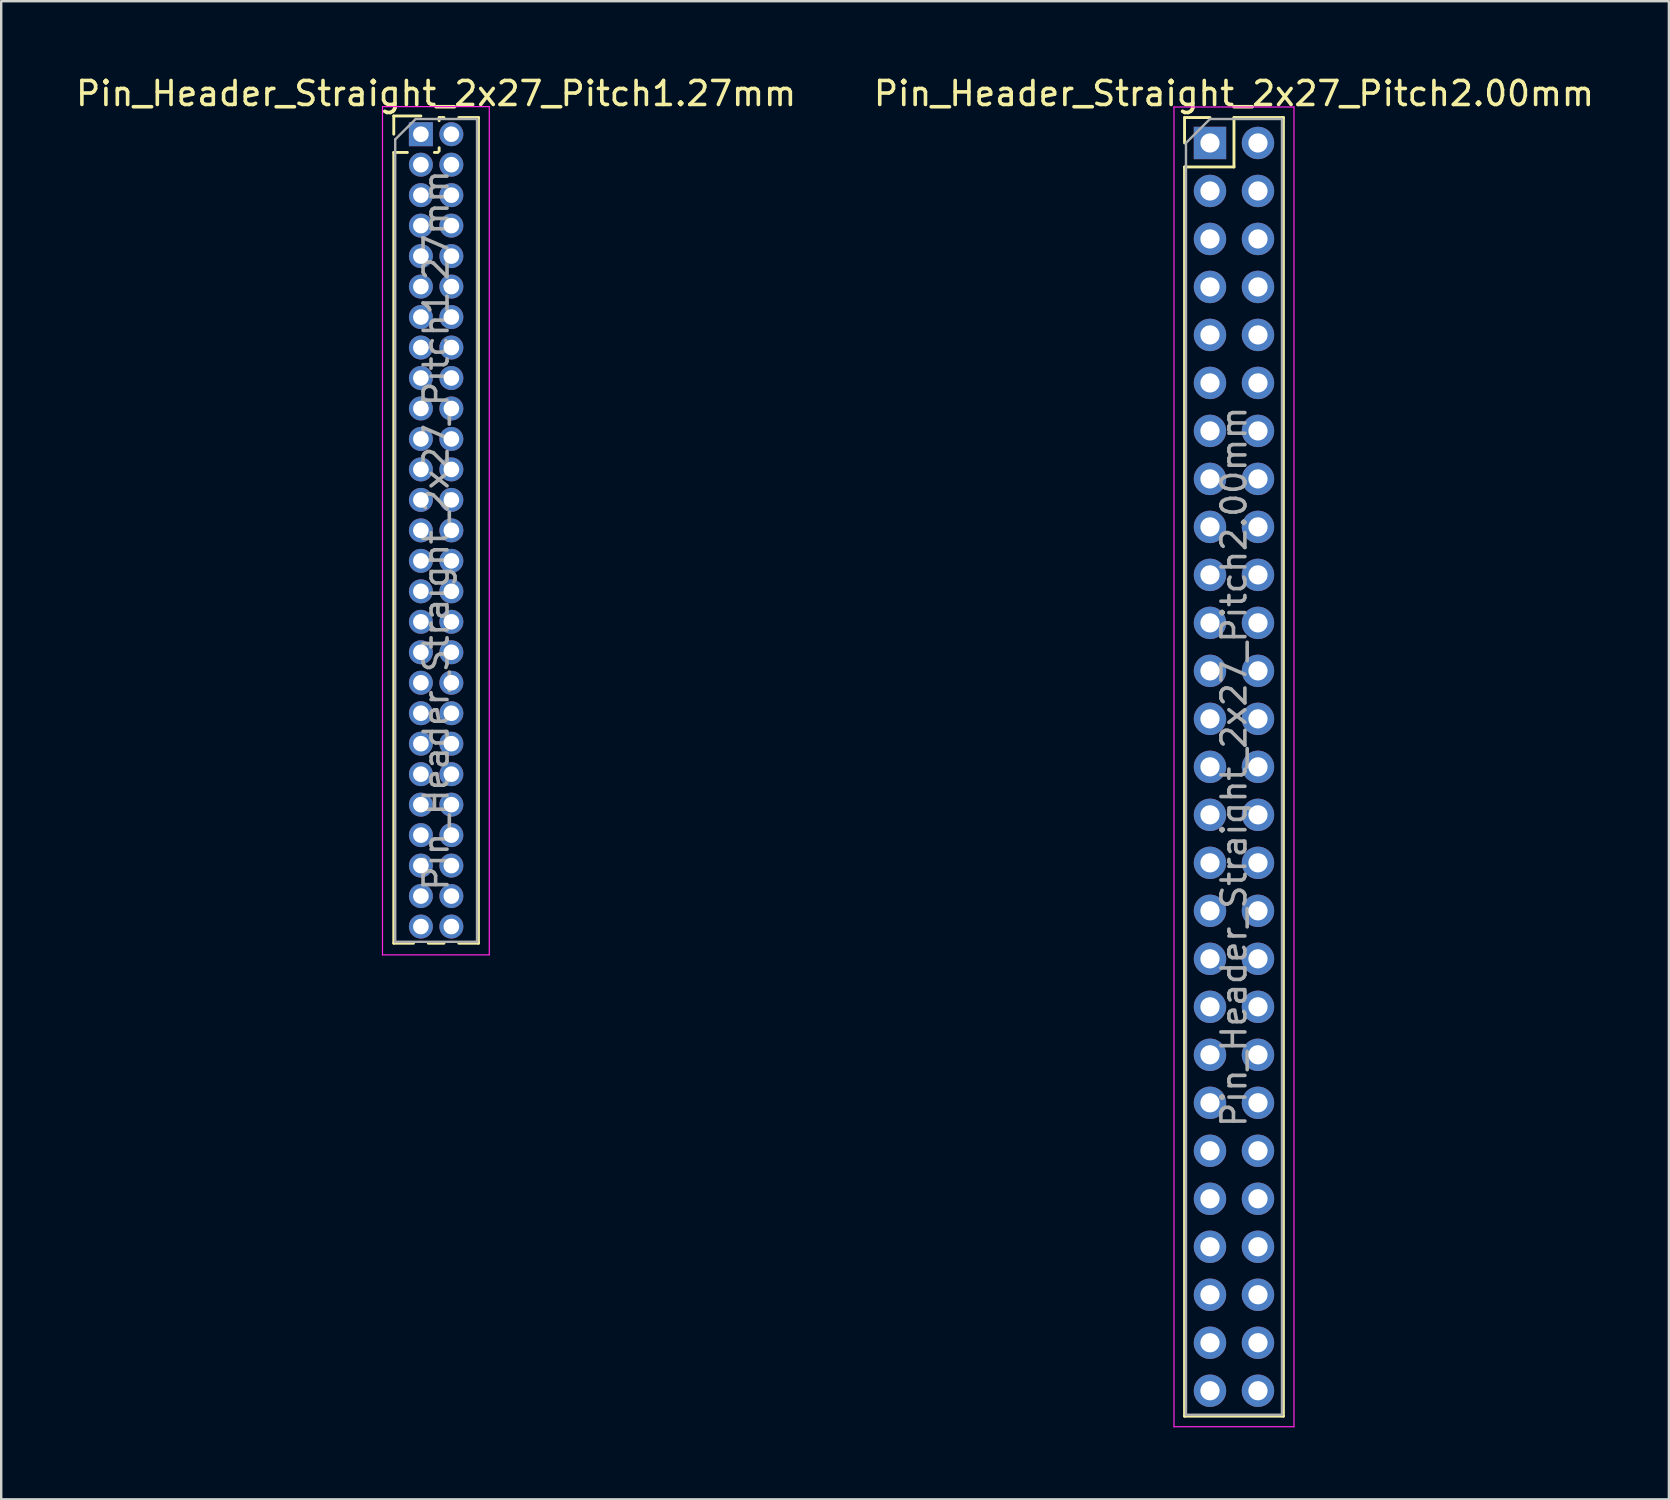
<source format=kicad_pcb>
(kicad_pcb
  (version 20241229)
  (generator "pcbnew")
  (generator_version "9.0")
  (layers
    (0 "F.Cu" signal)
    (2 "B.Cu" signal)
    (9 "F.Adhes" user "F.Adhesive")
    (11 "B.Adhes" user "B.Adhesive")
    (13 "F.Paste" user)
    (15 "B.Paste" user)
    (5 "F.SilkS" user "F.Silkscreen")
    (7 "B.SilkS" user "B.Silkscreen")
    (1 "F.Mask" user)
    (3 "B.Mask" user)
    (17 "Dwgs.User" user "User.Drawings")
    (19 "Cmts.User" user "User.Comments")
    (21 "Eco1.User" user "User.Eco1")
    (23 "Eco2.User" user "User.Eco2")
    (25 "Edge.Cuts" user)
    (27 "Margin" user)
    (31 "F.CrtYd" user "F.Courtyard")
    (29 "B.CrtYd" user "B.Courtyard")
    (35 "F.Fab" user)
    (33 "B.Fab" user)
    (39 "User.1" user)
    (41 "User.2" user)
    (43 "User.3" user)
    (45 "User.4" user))
  (footprint "Pin_Header_Straight_2x27_Pitch1.27mm"
    (layer "F.Cu")
    (at 14.49 2.543)
    (property "Reference" "Pin_Header_Straight_2x27_Pitch1.27mm" (at 0.635 -1.695 0) (layer "F.SilkS") (effects (font (size 1 1) (thickness 0.15))))
    (attr through_hole)
    (fp_line (start -1.13 -0.76) (end 0 -0.76) (stroke (width 0.12) (type solid)) (layer "F.SilkS"))
    (fp_line (start -1.13 0) (end -1.13 -0.76) (stroke (width 0.12) (type solid)) (layer "F.SilkS"))
    (fp_line (start -1.13 0.76) (end -1.13 33.715) (stroke (width 0.12) (type solid)) (layer "F.SilkS"))
    (fp_line (start -1.13 0.76) (end -0.563 0.76) (stroke (width 0.12) (type solid)) (layer "F.SilkS"))
    (fp_line (start -1.13 33.715) (end -0.308 33.715) (stroke (width 0.12) (type solid)) (layer "F.SilkS"))
    (fp_line (start 0.308 33.715) (end 0.962 33.715) (stroke (width 0.12) (type solid)) (layer "F.SilkS"))
    (fp_line (start 0.563 0.76) (end 0.707 0.76) (stroke (width 0.12) (type solid)) (layer "F.SilkS"))
    (fp_line (start 0.76 -0.695) (end 0.962 -0.695) (stroke (width 0.12) (type solid)) (layer "F.SilkS"))
    (fp_line (start 0.76 -0.563) (end 0.76 -0.695) (stroke (width 0.12) (type solid)) (layer "F.SilkS"))
    (fp_line (start 0.76 0.707) (end 0.76 0.563) (stroke (width 0.12) (type solid)) (layer "F.SilkS"))
    (fp_line (start 1.578 -0.695) (end 2.4 -0.695) (stroke (width 0.12) (type solid)) (layer "F.SilkS"))
    (fp_line (start 1.578 33.715) (end 2.4 33.715) (stroke (width 0.12) (type solid)) (layer "F.SilkS"))
    (fp_line (start 2.4 -0.695) (end 2.4 33.715) (stroke (width 0.12) (type solid)) (layer "F.SilkS"))
    (fp_line (start -1.6 -1.15) (end -1.6 34.2) (stroke (width 0.05) (type solid)) (layer "F.CrtYd"))
    (fp_line (start -1.6 34.2) (end 2.85 34.2) (stroke (width 0.05) (type solid)) (layer "F.CrtYd"))
    (fp_line (start 2.85 -1.15) (end -1.6 -1.15) (stroke (width 0.05) (type solid)) (layer "F.CrtYd"))
    (fp_line (start 2.85 34.2) (end 2.85 -1.15) (stroke (width 0.05) (type solid)) (layer "F.CrtYd"))
    (fp_line (start -1.07 0.217) (end -0.217 -0.635) (stroke (width 0.1) (type solid)) (layer "F.Fab"))
    (fp_line (start -1.07 33.655) (end -1.07 0.217) (stroke (width 0.1) (type solid)) (layer "F.Fab"))
    (fp_line (start -0.217 -0.635) (end 2.34 -0.635) (stroke (width 0.1) (type solid)) (layer "F.Fab"))
    (fp_line (start 2.34 -0.635) (end 2.34 33.655) (stroke (width 0.1) (type solid)) (layer "F.Fab"))
    (fp_line (start 2.34 33.655) (end -1.07 33.655) (stroke (width 0.1) (type solid)) (layer "F.Fab"))
    (fp_text user "${REFERENCE}" (at 0.635 16.51 90) (layer "F.Fab") (effects (font (size 1 1) (thickness 0.15))))
    (pad "1" thru_hole rect (at 0 0) (size 1 1) (drill 0.65) (layers "*.Cu" "*.Mask"))
    (pad "2" thru_hole oval (at 1.27 0) (size 1 1) (drill 0.65) (layers "*.Cu" "*.Mask"))
    (pad "3" thru_hole oval (at 0 1.27) (size 1 1) (drill 0.65) (layers "*.Cu" "*.Mask"))
    (pad "4" thru_hole oval (at 1.27 1.27) (size 1 1) (drill 0.65) (layers "*.Cu" "*.Mask"))
    (pad "5" thru_hole oval (at 0 2.54) (size 1 1) (drill 0.65) (layers "*.Cu" "*.Mask"))
    (pad "6" thru_hole oval (at 1.27 2.54) (size 1 1) (drill 0.65) (layers "*.Cu" "*.Mask"))
    (pad "7" thru_hole oval (at 0 3.81) (size 1 1) (drill 0.65) (layers "*.Cu" "*.Mask"))
    (pad "8" thru_hole oval (at 1.27 3.81) (size 1 1) (drill 0.65) (layers "*.Cu" "*.Mask"))
    (pad "9" thru_hole oval (at 0 5.08) (size 1 1) (drill 0.65) (layers "*.Cu" "*.Mask"))
    (pad "10" thru_hole oval (at 1.27 5.08) (size 1 1) (drill 0.65) (layers "*.Cu" "*.Mask"))
    (pad "11" thru_hole oval (at 0 6.35) (size 1 1) (drill 0.65) (layers "*.Cu" "*.Mask"))
    (pad "12" thru_hole oval (at 1.27 6.35) (size 1 1) (drill 0.65) (layers "*.Cu" "*.Mask"))
    (pad "13" thru_hole oval (at 0 7.62) (size 1 1) (drill 0.65) (layers "*.Cu" "*.Mask"))
    (pad "14" thru_hole oval (at 1.27 7.62) (size 1 1) (drill 0.65) (layers "*.Cu" "*.Mask"))
    (pad "15" thru_hole oval (at 0 8.89) (size 1 1) (drill 0.65) (layers "*.Cu" "*.Mask"))
    (pad "16" thru_hole oval (at 1.27 8.89) (size 1 1) (drill 0.65) (layers "*.Cu" "*.Mask"))
    (pad "17" thru_hole oval (at 0 10.16) (size 1 1) (drill 0.65) (layers "*.Cu" "*.Mask"))
    (pad "18" thru_hole oval (at 1.27 10.16) (size 1 1) (drill 0.65) (layers "*.Cu" "*.Mask"))
    (pad "19" thru_hole oval (at 0 11.43) (size 1 1) (drill 0.65) (layers "*.Cu" "*.Mask"))
    (pad "20" thru_hole oval (at 1.27 11.43) (size 1 1) (drill 0.65) (layers "*.Cu" "*.Mask"))
    (pad "21" thru_hole oval (at 0 12.7) (size 1 1) (drill 0.65) (layers "*.Cu" "*.Mask"))
    (pad "22" thru_hole oval (at 1.27 12.7) (size 1 1) (drill 0.65) (layers "*.Cu" "*.Mask"))
    (pad "23" thru_hole oval (at 0 13.97) (size 1 1) (drill 0.65) (layers "*.Cu" "*.Mask"))
    (pad "24" thru_hole oval (at 1.27 13.97) (size 1 1) (drill 0.65) (layers "*.Cu" "*.Mask"))
    (pad "25" thru_hole oval (at 0 15.24) (size 1 1) (drill 0.65) (layers "*.Cu" "*.Mask"))
    (pad "26" thru_hole oval (at 1.27 15.24) (size 1 1) (drill 0.65) (layers "*.Cu" "*.Mask"))
    (pad "27" thru_hole oval (at 0 16.51) (size 1 1) (drill 0.65) (layers "*.Cu" "*.Mask"))
    (pad "28" thru_hole oval (at 1.27 16.51) (size 1 1) (drill 0.65) (layers "*.Cu" "*.Mask"))
    (pad "29" thru_hole oval (at 0 17.78) (size 1 1) (drill 0.65) (layers "*.Cu" "*.Mask"))
    (pad "30" thru_hole oval (at 1.27 17.78) (size 1 1) (drill 0.65) (layers "*.Cu" "*.Mask"))
    (pad "31" thru_hole oval (at 0 19.05) (size 1 1) (drill 0.65) (layers "*.Cu" "*.Mask"))
    (pad "32" thru_hole oval (at 1.27 19.05) (size 1 1) (drill 0.65) (layers "*.Cu" "*.Mask"))
    (pad "33" thru_hole oval (at 0 20.32) (size 1 1) (drill 0.65) (layers "*.Cu" "*.Mask"))
    (pad "34" thru_hole oval (at 1.27 20.32) (size 1 1) (drill 0.65) (layers "*.Cu" "*.Mask"))
    (pad "35" thru_hole oval (at 0 21.59) (size 1 1) (drill 0.65) (layers "*.Cu" "*.Mask"))
    (pad "36" thru_hole oval (at 1.27 21.59) (size 1 1) (drill 0.65) (layers "*.Cu" "*.Mask"))
    (pad "37" thru_hole oval (at 0 22.86) (size 1 1) (drill 0.65) (layers "*.Cu" "*.Mask"))
    (pad "38" thru_hole oval (at 1.27 22.86) (size 1 1) (drill 0.65) (layers "*.Cu" "*.Mask"))
    (pad "39" thru_hole oval (at 0 24.13) (size 1 1) (drill 0.65) (layers "*.Cu" "*.Mask"))
    (pad "40" thru_hole oval (at 1.27 24.13) (size 1 1) (drill 0.65) (layers "*.Cu" "*.Mask"))
    (pad "41" thru_hole oval (at 0 25.4) (size 1 1) (drill 0.65) (layers "*.Cu" "*.Mask"))
    (pad "42" thru_hole oval (at 1.27 25.4) (size 1 1) (drill 0.65) (layers "*.Cu" "*.Mask"))
    (pad "43" thru_hole oval (at 0 26.67) (size 1 1) (drill 0.65) (layers "*.Cu" "*.Mask"))
    (pad "44" thru_hole oval (at 1.27 26.67) (size 1 1) (drill 0.65) (layers "*.Cu" "*.Mask"))
    (pad "45" thru_hole oval (at 0 27.94) (size 1 1) (drill 0.65) (layers "*.Cu" "*.Mask"))
    (pad "46" thru_hole oval (at 1.27 27.94) (size 1 1) (drill 0.65) (layers "*.Cu" "*.Mask"))
    (pad "47" thru_hole oval (at 0 29.21) (size 1 1) (drill 0.65) (layers "*.Cu" "*.Mask"))
    (pad "48" thru_hole oval (at 1.27 29.21) (size 1 1) (drill 0.65) (layers "*.Cu" "*.Mask"))
    (pad "49" thru_hole oval (at 0 30.48) (size 1 1) (drill 0.65) (layers "*.Cu" "*.Mask"))
    (pad "50" thru_hole oval (at 1.27 30.48) (size 1 1) (drill 0.65) (layers "*.Cu" "*.Mask"))
    (pad "51" thru_hole oval (at 0 31.75) (size 1 1) (drill 0.65) (layers "*.Cu" "*.Mask"))
    (pad "52" thru_hole oval (at 1.27 31.75) (size 1 1) (drill 0.65) (layers "*.Cu" "*.Mask"))
    (pad "53" thru_hole oval (at 0 33.02) (size 1 1) (drill 0.65) (layers "*.Cu" "*.Mask"))
    (pad "54" thru_hole oval (at 1.27 33.02) (size 1 1) (drill 0.65) (layers "*.Cu" "*.Mask")))
  (footprint "Pin_Header_Straight_2x27_Pitch2.00mm"
    (layer "F.Cu")
    (at 47.375 2.908)
    (property "Reference" "Pin_Header_Straight_2x27_Pitch2.00mm" (at 1 -2.06 0) (layer "F.SilkS") (effects (font (size 1 1) (thickness 0.15))))
    (attr through_hole)
    (fp_line (start -1.06 -1.06) (end 0 -1.06) (stroke (width 0.12) (type solid)) (layer "F.SilkS"))
    (fp_line (start -1.06 0) (end -1.06 -1.06) (stroke (width 0.12) (type solid)) (layer "F.SilkS"))
    (fp_line (start -1.06 1) (end -1.06 53.06) (stroke (width 0.12) (type solid)) (layer "F.SilkS"))
    (fp_line (start -1.06 1) (end 1 1) (stroke (width 0.12) (type solid)) (layer "F.SilkS"))
    (fp_line (start -1.06 53.06) (end 3.06 53.06) (stroke (width 0.12) (type solid)) (layer "F.SilkS"))
    (fp_line (start 1 -1.06) (end 3.06 -1.06) (stroke (width 0.12) (type solid)) (layer "F.SilkS"))
    (fp_line (start 1 1) (end 1 -1.06) (stroke (width 0.12) (type solid)) (layer "F.SilkS"))
    (fp_line (start 3.06 -1.06) (end 3.06 53.06) (stroke (width 0.12) (type solid)) (layer "F.SilkS"))
    (fp_line (start -1.5 -1.5) (end -1.5 53.5) (stroke (width 0.05) (type solid)) (layer "F.CrtYd"))
    (fp_line (start -1.5 53.5) (end 3.5 53.5) (stroke (width 0.05) (type solid)) (layer "F.CrtYd"))
    (fp_line (start 3.5 -1.5) (end -1.5 -1.5) (stroke (width 0.05) (type solid)) (layer "F.CrtYd"))
    (fp_line (start 3.5 53.5) (end 3.5 -1.5) (stroke (width 0.05) (type solid)) (layer "F.CrtYd"))
    (fp_line (start -1 0) (end 0 -1) (stroke (width 0.1) (type solid)) (layer "F.Fab"))
    (fp_line (start -1 53) (end -1 0) (stroke (width 0.1) (type solid)) (layer "F.Fab"))
    (fp_line (start 0 -1) (end 3 -1) (stroke (width 0.1) (type solid)) (layer "F.Fab"))
    (fp_line (start 3 -1) (end 3 53) (stroke (width 0.1) (type solid)) (layer "F.Fab"))
    (fp_line (start 3 53) (end -1 53) (stroke (width 0.1) (type solid)) (layer "F.Fab"))
    (fp_text user "${REFERENCE}" (at 1 26 90) (layer "F.Fab") (effects (font (size 1 1) (thickness 0.15))))
    (pad "1" thru_hole rect (at 0 0) (size 1.35 1.35) (drill 0.8) (layers "*.Cu" "*.Mask"))
    (pad "2" thru_hole oval (at 2 0) (size 1.35 1.35) (drill 0.8) (layers "*.Cu" "*.Mask"))
    (pad "3" thru_hole oval (at 0 2) (size 1.35 1.35) (drill 0.8) (layers "*.Cu" "*.Mask"))
    (pad "4" thru_hole oval (at 2 2) (size 1.35 1.35) (drill 0.8) (layers "*.Cu" "*.Mask"))
    (pad "5" thru_hole oval (at 0 4) (size 1.35 1.35) (drill 0.8) (layers "*.Cu" "*.Mask"))
    (pad "6" thru_hole oval (at 2 4) (size 1.35 1.35) (drill 0.8) (layers "*.Cu" "*.Mask"))
    (pad "7" thru_hole oval (at 0 6) (size 1.35 1.35) (drill 0.8) (layers "*.Cu" "*.Mask"))
    (pad "8" thru_hole oval (at 2 6) (size 1.35 1.35) (drill 0.8) (layers "*.Cu" "*.Mask"))
    (pad "9" thru_hole oval (at 0 8) (size 1.35 1.35) (drill 0.8) (layers "*.Cu" "*.Mask"))
    (pad "10" thru_hole oval (at 2 8) (size 1.35 1.35) (drill 0.8) (layers "*.Cu" "*.Mask"))
    (pad "11" thru_hole oval (at 0 10) (size 1.35 1.35) (drill 0.8) (layers "*.Cu" "*.Mask"))
    (pad "12" thru_hole oval (at 2 10) (size 1.35 1.35) (drill 0.8) (layers "*.Cu" "*.Mask"))
    (pad "13" thru_hole oval (at 0 12) (size 1.35 1.35) (drill 0.8) (layers "*.Cu" "*.Mask"))
    (pad "14" thru_hole oval (at 2 12) (size 1.35 1.35) (drill 0.8) (layers "*.Cu" "*.Mask"))
    (pad "15" thru_hole oval (at 0 14) (size 1.35 1.35) (drill 0.8) (layers "*.Cu" "*.Mask"))
    (pad "16" thru_hole oval (at 2 14) (size 1.35 1.35) (drill 0.8) (layers "*.Cu" "*.Mask"))
    (pad "17" thru_hole oval (at 0 16) (size 1.35 1.35) (drill 0.8) (layers "*.Cu" "*.Mask"))
    (pad "18" thru_hole oval (at 2 16) (size 1.35 1.35) (drill 0.8) (layers "*.Cu" "*.Mask"))
    (pad "19" thru_hole oval (at 0 18) (size 1.35 1.35) (drill 0.8) (layers "*.Cu" "*.Mask"))
    (pad "20" thru_hole oval (at 2 18) (size 1.35 1.35) (drill 0.8) (layers "*.Cu" "*.Mask"))
    (pad "21" thru_hole oval (at 0 20) (size 1.35 1.35) (drill 0.8) (layers "*.Cu" "*.Mask"))
    (pad "22" thru_hole oval (at 2 20) (size 1.35 1.35) (drill 0.8) (layers "*.Cu" "*.Mask"))
    (pad "23" thru_hole oval (at 0 22) (size 1.35 1.35) (drill 0.8) (layers "*.Cu" "*.Mask"))
    (pad "24" thru_hole oval (at 2 22) (size 1.35 1.35) (drill 0.8) (layers "*.Cu" "*.Mask"))
    (pad "25" thru_hole oval (at 0 24) (size 1.35 1.35) (drill 0.8) (layers "*.Cu" "*.Mask"))
    (pad "26" thru_hole oval (at 2 24) (size 1.35 1.35) (drill 0.8) (layers "*.Cu" "*.Mask"))
    (pad "27" thru_hole oval (at 0 26) (size 1.35 1.35) (drill 0.8) (layers "*.Cu" "*.Mask"))
    (pad "28" thru_hole oval (at 2 26) (size 1.35 1.35) (drill 0.8) (layers "*.Cu" "*.Mask"))
    (pad "29" thru_hole oval (at 0 28) (size 1.35 1.35) (drill 0.8) (layers "*.Cu" "*.Mask"))
    (pad "30" thru_hole oval (at 2 28) (size 1.35 1.35) (drill 0.8) (layers "*.Cu" "*.Mask"))
    (pad "31" thru_hole oval (at 0 30) (size 1.35 1.35) (drill 0.8) (layers "*.Cu" "*.Mask"))
    (pad "32" thru_hole oval (at 2 30) (size 1.35 1.35) (drill 0.8) (layers "*.Cu" "*.Mask"))
    (pad "33" thru_hole oval (at 0 32) (size 1.35 1.35) (drill 0.8) (layers "*.Cu" "*.Mask"))
    (pad "34" thru_hole oval (at 2 32) (size 1.35 1.35) (drill 0.8) (layers "*.Cu" "*.Mask"))
    (pad "35" thru_hole oval (at 0 34) (size 1.35 1.35) (drill 0.8) (layers "*.Cu" "*.Mask"))
    (pad "36" thru_hole oval (at 2 34) (size 1.35 1.35) (drill 0.8) (layers "*.Cu" "*.Mask"))
    (pad "37" thru_hole oval (at 0 36) (size 1.35 1.35) (drill 0.8) (layers "*.Cu" "*.Mask"))
    (pad "38" thru_hole oval (at 2 36) (size 1.35 1.35) (drill 0.8) (layers "*.Cu" "*.Mask"))
    (pad "39" thru_hole oval (at 0 38) (size 1.35 1.35) (drill 0.8) (layers "*.Cu" "*.Mask"))
    (pad "40" thru_hole oval (at 2 38) (size 1.35 1.35) (drill 0.8) (layers "*.Cu" "*.Mask"))
    (pad "41" thru_hole oval (at 0 40) (size 1.35 1.35) (drill 0.8) (layers "*.Cu" "*.Mask"))
    (pad "42" thru_hole oval (at 2 40) (size 1.35 1.35) (drill 0.8) (layers "*.Cu" "*.Mask"))
    (pad "43" thru_hole oval (at 0 42) (size 1.35 1.35) (drill 0.8) (layers "*.Cu" "*.Mask"))
    (pad "44" thru_hole oval (at 2 42) (size 1.35 1.35) (drill 0.8) (layers "*.Cu" "*.Mask"))
    (pad "45" thru_hole oval (at 0 44) (size 1.35 1.35) (drill 0.8) (layers "*.Cu" "*.Mask"))
    (pad "46" thru_hole oval (at 2 44) (size 1.35 1.35) (drill 0.8) (layers "*.Cu" "*.Mask"))
    (pad "47" thru_hole oval (at 0 46) (size 1.35 1.35) (drill 0.8) (layers "*.Cu" "*.Mask"))
    (pad "48" thru_hole oval (at 2 46) (size 1.35 1.35) (drill 0.8) (layers "*.Cu" "*.Mask"))
    (pad "49" thru_hole oval (at 0 48) (size 1.35 1.35) (drill 0.8) (layers "*.Cu" "*.Mask"))
    (pad "50" thru_hole oval (at 2 48) (size 1.35 1.35) (drill 0.8) (layers "*.Cu" "*.Mask"))
    (pad "51" thru_hole oval (at 0 50) (size 1.35 1.35) (drill 0.8) (layers "*.Cu" "*.Mask"))
    (pad "52" thru_hole oval (at 2 50) (size 1.35 1.35) (drill 0.8) (layers "*.Cu" "*.Mask"))
    (pad "53" thru_hole oval (at 0 52) (size 1.35 1.35) (drill 0.8) (layers "*.Cu" "*.Mask"))
    (pad "54" thru_hole oval (at 2 52) (size 1.35 1.35) (drill 0.8) (layers "*.Cu" "*.Mask")))
  (gr_rect
    (start -3 -3)
    (end 66.5 59.433)
    (stroke (width 0.1) (type default))
    (fill no)
    (layer "Edge.Cuts")))
</source>
